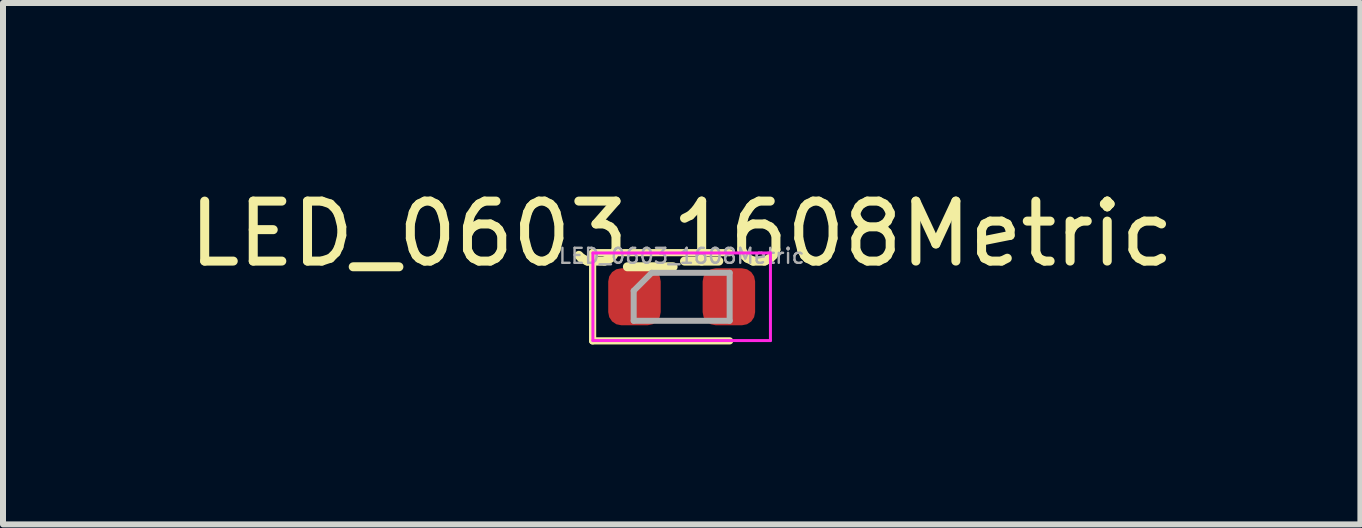
<source format=kicad_pcb>
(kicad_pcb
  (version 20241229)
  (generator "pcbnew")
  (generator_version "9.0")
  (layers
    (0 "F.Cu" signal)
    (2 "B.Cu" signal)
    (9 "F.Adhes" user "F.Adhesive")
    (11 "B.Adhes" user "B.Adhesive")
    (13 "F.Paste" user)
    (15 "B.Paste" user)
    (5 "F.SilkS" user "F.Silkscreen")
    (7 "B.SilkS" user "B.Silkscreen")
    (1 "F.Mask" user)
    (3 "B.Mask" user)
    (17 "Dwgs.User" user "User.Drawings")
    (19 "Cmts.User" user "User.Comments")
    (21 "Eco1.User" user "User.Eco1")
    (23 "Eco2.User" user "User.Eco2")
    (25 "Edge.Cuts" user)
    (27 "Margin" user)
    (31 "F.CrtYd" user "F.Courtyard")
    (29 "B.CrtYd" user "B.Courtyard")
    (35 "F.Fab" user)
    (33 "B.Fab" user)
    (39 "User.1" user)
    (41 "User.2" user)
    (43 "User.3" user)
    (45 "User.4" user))
  (footprint "LED_0603_1608Metric"
    (layer "F.Cu")
    (at 8.315 1.898)
    (property "Reference" "LED_0603_1608Metric" (at 0 -1.05 180) (layer "F.SilkS") (effects (font (size 1 1) (thickness 0.15))))
    (attr smd)
    (fp_line (start -1.485 -0.735) (end -1.485 0.735) (stroke (width 0.12) (type solid)) (layer "F.SilkS"))
    (fp_line (start -1.485 0.735) (end 0.8 0.735) (stroke (width 0.12) (type solid)) (layer "F.SilkS"))
    (fp_line (start 0.8 -0.735) (end -1.485 -0.735) (stroke (width 0.12) (type solid)) (layer "F.SilkS"))
    (fp_line (start -1.48 -0.73) (end 1.48 -0.73) (stroke (width 0.05) (type solid)) (layer "F.CrtYd"))
    (fp_line (start -1.48 0.73) (end -1.48 -0.73) (stroke (width 0.05) (type solid)) (layer "F.CrtYd"))
    (fp_line (start 1.48 -0.73) (end 1.48 0.73) (stroke (width 0.05) (type solid)) (layer "F.CrtYd"))
    (fp_line (start 1.48 0.73) (end -1.48 0.73) (stroke (width 0.05) (type solid)) (layer "F.CrtYd"))
    (fp_line (start -0.8 -0.1) (end -0.8 0.4) (stroke (width 0.1) (type solid)) (layer "F.Fab"))
    (fp_line (start -0.8 0.4) (end 0.8 0.4) (stroke (width 0.1) (type solid)) (layer "F.Fab"))
    (fp_line (start -0.5 -0.4) (end -0.8 -0.1) (stroke (width 0.1) (type solid)) (layer "F.Fab"))
    (fp_line (start 0.8 -0.4) (end -0.5 -0.4) (stroke (width 0.1) (type solid)) (layer "F.Fab"))
    (fp_line (start 0.8 0.4) (end 0.8 -0.4) (stroke (width 0.1) (type solid)) (layer "F.Fab"))
    (fp_text user "${REFERENCE}" (at 0 -0.68 180) (layer "F.Fab") (effects (font (size 0.25 0.25) (thickness 0.04))))
    (pad "1" smd roundrect (at -0.787 0) (size 0.875 0.95) (layers "F.Cu" "F.Mask" "F.Paste") (roundrect_rratio 0.25))
    (pad "2" smd roundrect (at 0.787 0) (size 0.875 0.95) (layers "F.Cu" "F.Mask" "F.Paste") (roundrect_rratio 0.25)))
  (gr_rect
    (start -3 -3)
    (end 19.631 5.693)
    (stroke (width 0.1) (type default))
    (fill no)
    (layer "Edge.Cuts")))
</source>
